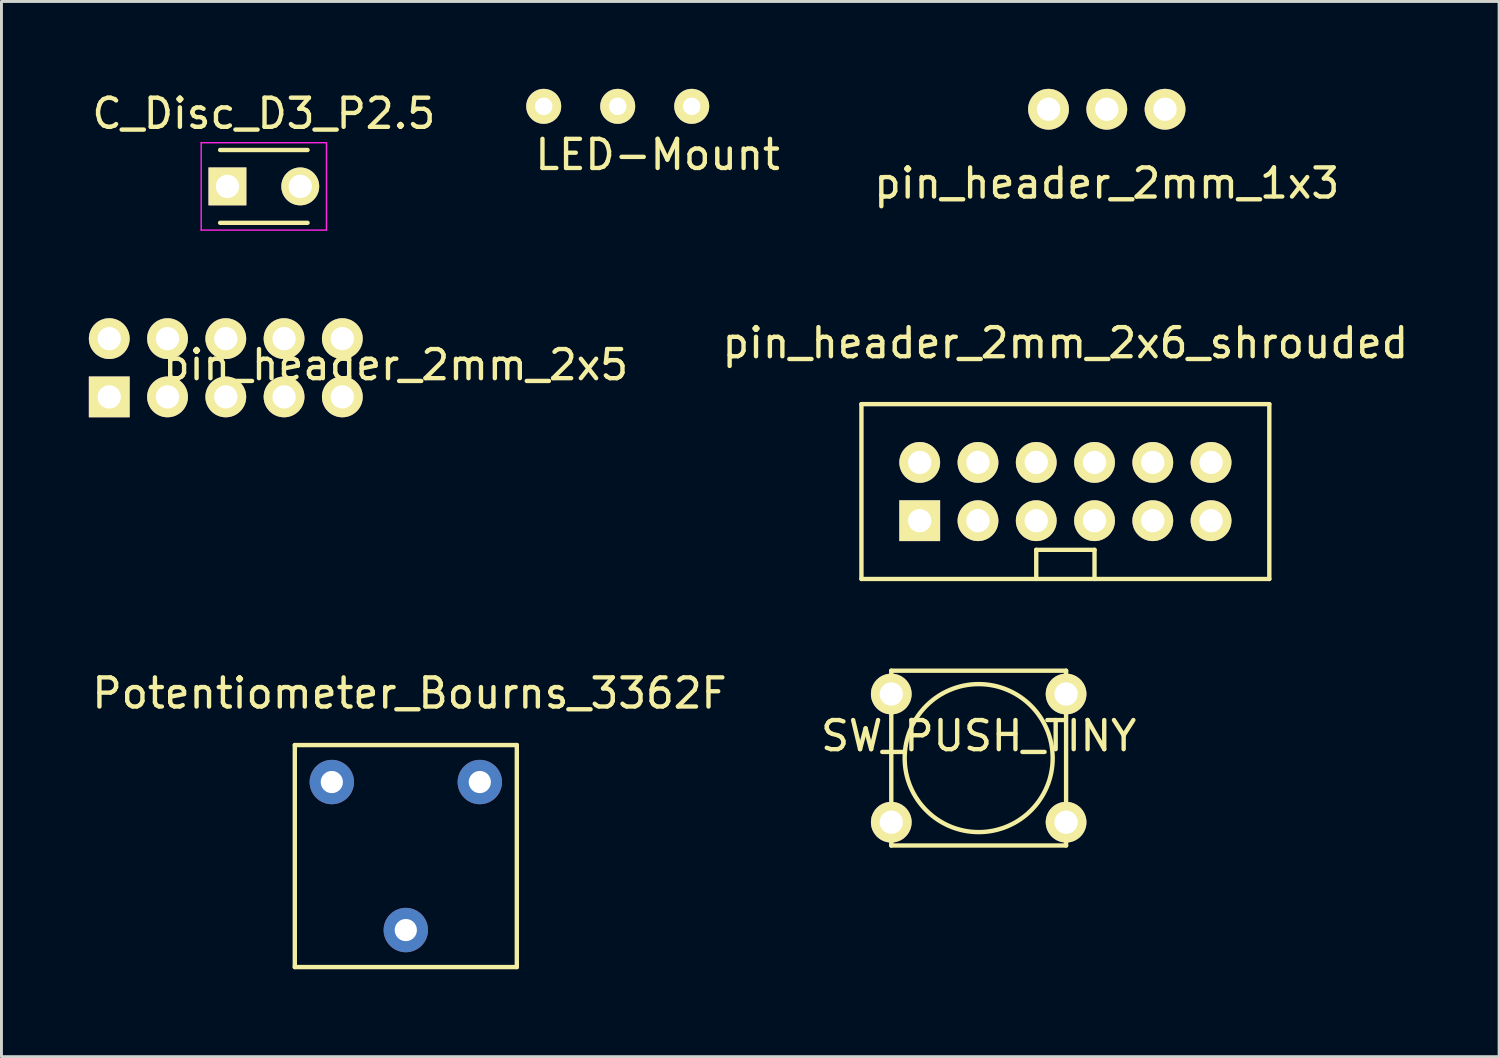
<source format=kicad_pcb>
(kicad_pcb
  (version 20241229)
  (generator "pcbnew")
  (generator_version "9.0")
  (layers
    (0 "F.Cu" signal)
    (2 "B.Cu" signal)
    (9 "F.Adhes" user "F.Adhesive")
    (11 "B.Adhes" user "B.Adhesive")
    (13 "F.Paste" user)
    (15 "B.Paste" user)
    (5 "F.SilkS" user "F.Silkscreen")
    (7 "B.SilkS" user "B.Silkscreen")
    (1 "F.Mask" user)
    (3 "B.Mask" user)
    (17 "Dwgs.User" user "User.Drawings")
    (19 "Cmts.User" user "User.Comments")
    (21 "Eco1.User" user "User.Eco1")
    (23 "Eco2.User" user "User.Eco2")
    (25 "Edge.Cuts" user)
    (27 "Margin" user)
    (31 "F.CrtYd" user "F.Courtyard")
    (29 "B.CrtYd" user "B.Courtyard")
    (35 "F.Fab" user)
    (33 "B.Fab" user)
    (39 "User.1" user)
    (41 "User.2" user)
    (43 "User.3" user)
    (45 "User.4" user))
  (footprint "SW_PUSH_TINY"
    (layer "F.Cu")
    (at 30.542 22.971)
    (property "Reference" "SW_PUSH_TINY" (at 0 -0.762 0) (layer "F.SilkS") (effects (font (size 1 1) (thickness 0.15))))
    (attr through_hole)
    (fp_line (start -3 -3) (end -3 3) (stroke (width 0.15) (type solid)) (layer "F.SilkS"))
    (fp_line (start -3 -3) (end 3 -3) (stroke (width 0.15) (type solid)) (layer "F.SilkS"))
    (fp_line (start 3 -3) (end 3 3) (stroke (width 0.15) (type solid)) (layer "F.SilkS"))
    (fp_line (start 3 3) (end -3 3) (stroke (width 0.15) (type solid)) (layer "F.SilkS"))
    (fp_circle (center 0 0) (end 0 -2.54) (stroke (width 0.15) (type solid)) (fill no) (layer "F.SilkS"))
    (pad "1" thru_hole circle (at -3 -2.2) (size 1.397 1.397) (drill 0.8) (layers "*.Cu" "*.Mask" "F.SilkS"))
    (pad "1" thru_hole circle (at 3 -2.2) (size 1.397 1.397) (drill 0.8) (layers "*.Cu" "*.Mask" "F.SilkS"))
    (pad "2" thru_hole circle (at -3 2.2) (size 1.397 1.397) (drill 0.8) (layers "*.Cu" "*.Mask" "F.SilkS"))
    (pad "2" thru_hole circle (at 3 2.2) (size 1.397 1.397) (drill 0.8) (layers "*.Cu" "*.Mask" "F.SilkS")))
  (footprint "C_Disc_D3_P2.5"
    (layer "F.Cu")
    (at 4.756 3.348)
    (property "Reference" "C_Disc_D3_P2.5" (at 1.25 -2.5 0) (layer "F.SilkS") (effects (font (size 1 1) (thickness 0.15))))
    (attr through_hole)
    (fp_line (start -0.25 -1.25) (end 2.75 -1.25) (stroke (width 0.15) (type solid)) (layer "F.SilkS"))
    (fp_line (start 2.75 1.25) (end -0.25 1.25) (stroke (width 0.15) (type solid)) (layer "F.SilkS"))
    (fp_line (start -0.9 -1.5) (end 3.4 -1.5) (stroke (width 0.05) (type solid)) (layer "F.CrtYd"))
    (fp_line (start -0.9 1.5) (end -0.9 -1.5) (stroke (width 0.05) (type solid)) (layer "F.CrtYd"))
    (fp_line (start 3.4 -1.5) (end 3.4 1.5) (stroke (width 0.05) (type solid)) (layer "F.CrtYd"))
    (fp_line (start 3.4 1.5) (end -0.9 1.5) (stroke (width 0.05) (type solid)) (layer "F.CrtYd"))
    (pad "1" thru_hole rect (at 0 0) (size 1.3 1.3) (drill 0.8) (layers "*.Cu" "*.Mask" "F.SilkS"))
    (pad "2" thru_hole circle (at 2.5 0) (size 1.3 1.3) (drill 0.8) (layers "*.Cu" "*.Mask" "F.SilkS")))
  (footprint "pin_header_2mm_1x3"
    (layer "F.Cu")
    (at 34.939 0.7)
    (property "Reference" "pin_header_2mm_1x3" (at 0 2.54 0) (layer "F.SilkS") (effects (font (size 1 1) (thickness 0.15))))
    (attr through_hole)
    (pad "1" thru_hole circle (at -2 0) (size 1.4 1.4) (drill 0.8) (layers "*.Cu" "*.Mask" "F.SilkS"))
    (pad "2" thru_hole circle (at 0 0) (size 1.4 1.4) (drill 0.8) (layers "*.Cu" "*.Mask" "F.SilkS"))
    (pad "3" thru_hole circle (at 2 0) (size 1.4 1.4) (drill 0.8) (layers "*.Cu" "*.Mask" "F.SilkS")))
  (footprint "LED-Mount"
    (layer "F.Cu")
    (at 20.692 0.6)
    (property "Reference" "LED-Mount" (at -1.17 1.66 0) (layer "F.SilkS") (effects (font (size 1 1) (thickness 0.15))))
    (attr through_hole)
    (pad "1" thru_hole circle (at 0 0) (size 1.2 1.2) (drill 0.6) (layers "*.Cu" "*.Mask" "F.SilkS"))
    (pad "2" thru_hole circle (at -2.54 0) (size 1.2 1.2) (drill 0.6) (layers "*.Cu" "*.Mask" "F.SilkS"))
    (pad "3" thru_hole circle (at -5.08 0) (size 1.2 1.2) (drill 0.6) (layers "*.Cu" "*.Mask" "F.SilkS")))
  (footprint "pin_header_2mm_2x6_shrouded"
    (layer "F.Cu")
    (at 33.518 13.822)
    (property "Reference" "pin_header_2mm_2x6_shrouded" (at 0 -5.1 0) (layer "F.SilkS") (effects (font (size 1 1) (thickness 0.15))))
    (attr through_hole)
    (fp_line (start -7 -3) (end 7 -3) (stroke (width 0.15) (type solid)) (layer "F.SilkS"))
    (fp_line (start -7 3) (end -7 -3) (stroke (width 0.15) (type solid)) (layer "F.SilkS"))
    (fp_line (start -1 2) (end 1 2) (stroke (width 0.15) (type solid)) (layer "F.SilkS"))
    (fp_line (start -1 3) (end -1 2) (stroke (width 0.15) (type solid)) (layer "F.SilkS"))
    (fp_line (start 1 2) (end 1 3) (stroke (width 0.15) (type solid)) (layer "F.SilkS"))
    (fp_line (start 7 -3) (end 7 3) (stroke (width 0.15) (type solid)) (layer "F.SilkS"))
    (fp_line (start 7 3) (end -7 3) (stroke (width 0.15) (type solid)) (layer "F.SilkS"))
    (pad "1" thru_hole rect (at -5 1) (size 1.4 1.4) (drill 0.8) (layers "*.Cu" "*.Mask" "F.SilkS"))
    (pad "2" thru_hole circle (at -5 -1) (size 1.4 1.4) (drill 0.8) (layers "*.Cu" "*.Mask" "F.SilkS"))
    (pad "3" thru_hole circle (at -3 1) (size 1.4 1.4) (drill 0.8) (layers "*.Cu" "*.Mask" "F.SilkS"))
    (pad "4" thru_hole circle (at -3 -1) (size 1.4 1.4) (drill 0.8) (layers "*.Cu" "*.Mask" "F.SilkS"))
    (pad "5" thru_hole circle (at -1 1) (size 1.4 1.4) (drill 0.8) (layers "*.Cu" "*.Mask" "F.SilkS"))
    (pad "6" thru_hole circle (at -1 -1) (size 1.4 1.4) (drill 0.8) (layers "*.Cu" "*.Mask" "F.SilkS"))
    (pad "7" thru_hole circle (at 1 1) (size 1.4 1.4) (drill 0.8) (layers "*.Cu" "*.Mask" "F.SilkS"))
    (pad "8" thru_hole circle (at 1 -1) (size 1.4 1.4) (drill 0.8) (layers "*.Cu" "*.Mask" "F.SilkS"))
    (pad "9" thru_hole circle (at 3 1) (size 1.4 1.4) (drill 0.8) (layers "*.Cu" "*.Mask" "F.SilkS"))
    (pad "10" thru_hole circle (at 3 -1) (size 1.4 1.4) (drill 0.8) (layers "*.Cu" "*.Mask" "F.SilkS"))
    (pad "11" thru_hole circle (at 5 1) (size 1.4 1.4) (drill 0.8) (layers "*.Cu" "*.Mask" "F.SilkS"))
    (pad "12" thru_hole circle (at 5 -1) (size 1.4 1.4) (drill 0.8) (layers "*.Cu" "*.Mask" "F.SilkS")))
  (footprint "Potentiometer_Bourns_3362F"
    (layer "F.Cu")
    (at 13.419 23.793)
    (property "Reference" "Potentiometer_Bourns_3362F" (at -2.413 -3.048 0) (layer "F.SilkS") (effects (font (size 1 1) (thickness 0.15))))
    (attr through_hole)
    (fp_line (start -6.35 -1.27) (end -6.35 6.35) (stroke (width 0.15) (type solid)) (layer "F.SilkS"))
    (fp_line (start -6.35 6.35) (end 1.27 6.35) (stroke (width 0.15) (type solid)) (layer "F.SilkS"))
    (fp_line (start 1.27 -1.27) (end -6.35 -1.27) (stroke (width 0.15) (type solid)) (layer "F.SilkS"))
    (fp_line (start 1.27 6.35) (end 1.27 -1.27) (stroke (width 0.15) (type solid)) (layer "F.SilkS"))
    (pad "1" thru_hole circle (at 0 0) (size 1.524 1.524) (drill 0.762) (layers "*.Cu" "*.Mask"))
    (pad "2" thru_hole circle (at -2.54 5.08) (size 1.524 1.524) (drill 0.762) (layers "*.Cu" "*.Mask"))
    (pad "3" thru_hole circle (at -5.08 0) (size 1.524 1.524) (drill 0.762) (layers "*.Cu" "*.Mask")))
  (footprint "pin_header_2mm_2x5"
    (layer "F.Cu")
    (at 4.7 9.573)
    (property "Reference" "pin_header_2mm_2x5" (at 5.83 -0.098 0) (layer "F.SilkS") (effects (font (size 1 1) (thickness 0.15))))
    (attr through_hole)
    (pad "1" thru_hole rect (at -4 1) (size 1.4 1.4) (drill 0.8) (layers "*.Cu" "*.Mask" "F.SilkS"))
    (pad "2" thru_hole circle (at -4 -1) (size 1.4 1.4) (drill 0.8) (layers "*.Cu" "*.Mask" "F.SilkS"))
    (pad "3" thru_hole circle (at -2 1) (size 1.4 1.4) (drill 0.8) (layers "*.Cu" "*.Mask" "F.SilkS"))
    (pad "4" thru_hole circle (at -2 -1) (size 1.4 1.4) (drill 0.8) (layers "*.Cu" "*.Mask" "F.SilkS"))
    (pad "5" thru_hole circle (at 0 1) (size 1.4 1.4) (drill 0.8) (layers "*.Cu" "*.Mask" "F.SilkS"))
    (pad "6" thru_hole circle (at 0 -1) (size 1.4 1.4) (drill 0.8) (layers "*.Cu" "*.Mask" "F.SilkS"))
    (pad "7" thru_hole circle (at 2 1) (size 1.4 1.4) (drill 0.8) (layers "*.Cu" "*.Mask" "F.SilkS"))
    (pad "8" thru_hole circle (at 2 -1) (size 1.4 1.4) (drill 0.8) (layers "*.Cu" "*.Mask" "F.SilkS"))
    (pad "9" thru_hole circle (at 4 1) (size 1.4 1.4) (drill 0.8) (layers "*.Cu" "*.Mask" "F.SilkS"))
    (pad "10" thru_hole circle (at 4 -1) (size 1.4 1.4) (drill 0.8) (layers "*.Cu" "*.Mask" "F.SilkS")))
  (gr_rect
    (start -3 -3)
    (end 48.405 33.218)
    (stroke (width 0.1) (type default))
    (fill no)
    (layer "Edge.Cuts")))
</source>
